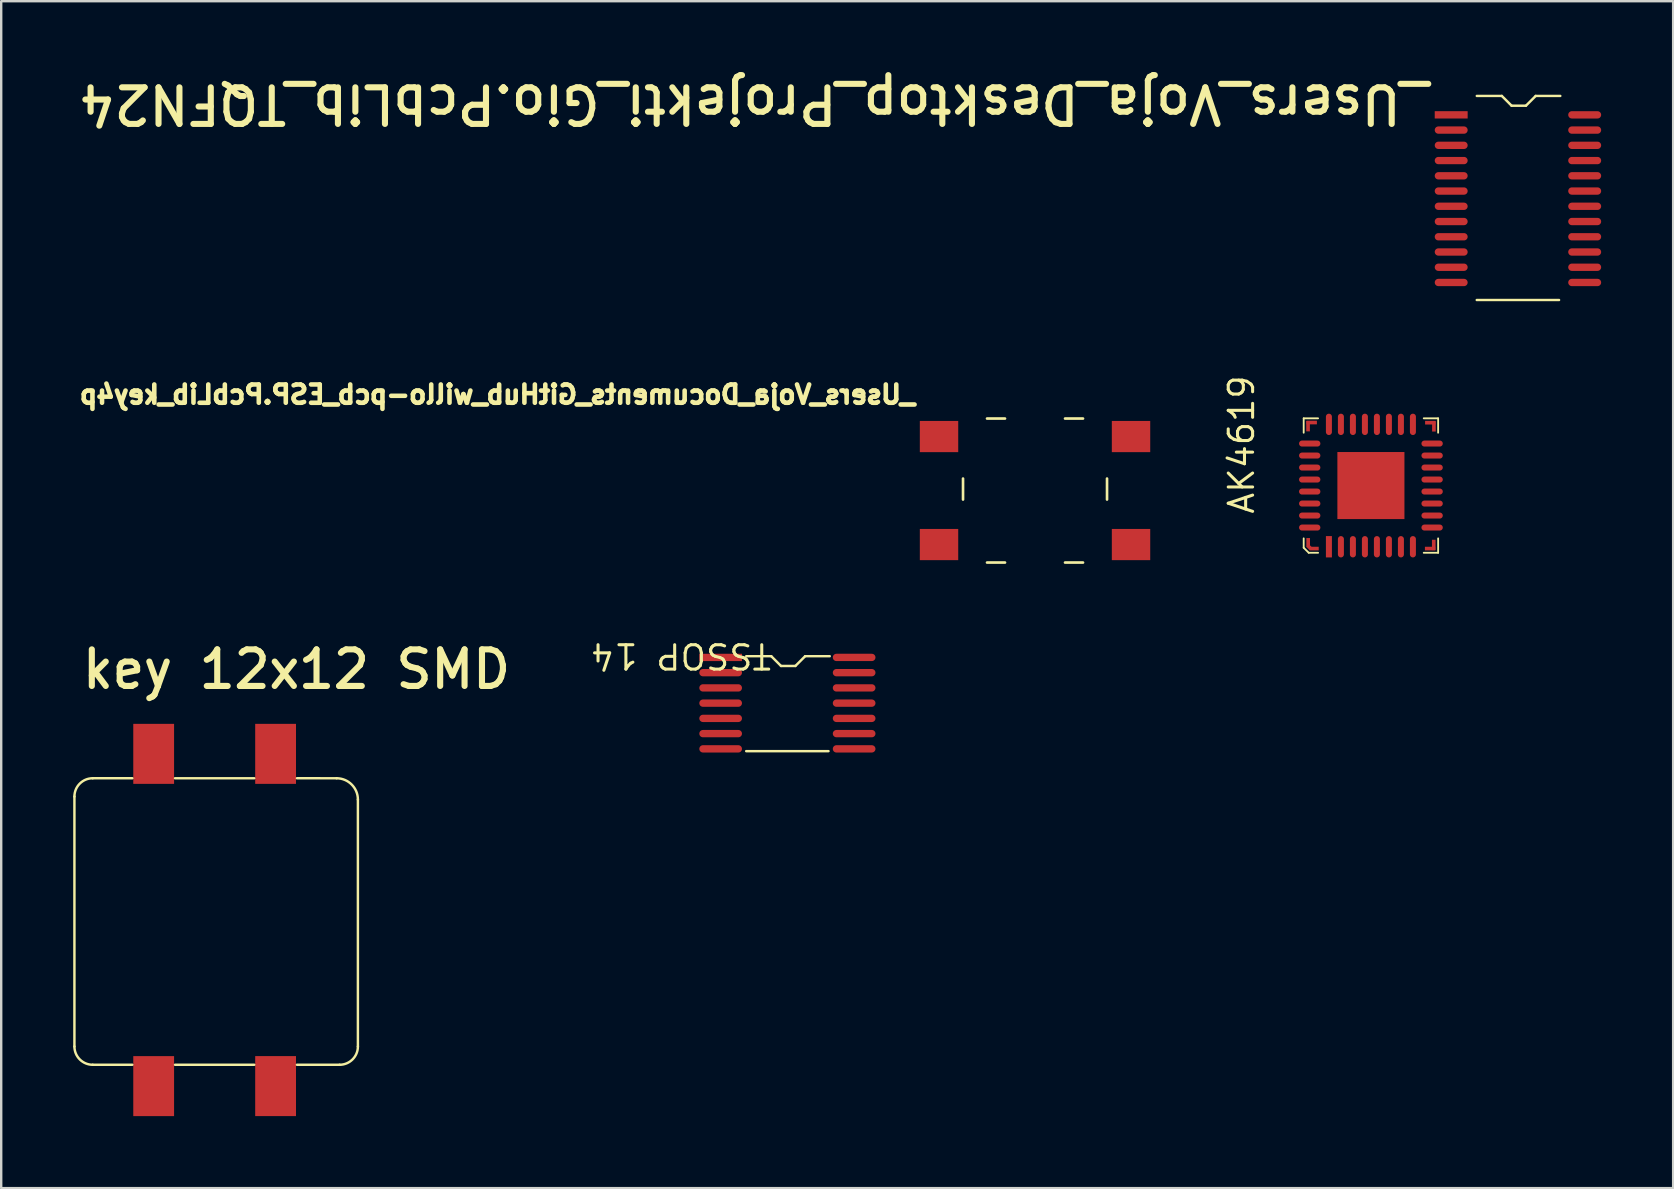
<source format=kicad_pcb>
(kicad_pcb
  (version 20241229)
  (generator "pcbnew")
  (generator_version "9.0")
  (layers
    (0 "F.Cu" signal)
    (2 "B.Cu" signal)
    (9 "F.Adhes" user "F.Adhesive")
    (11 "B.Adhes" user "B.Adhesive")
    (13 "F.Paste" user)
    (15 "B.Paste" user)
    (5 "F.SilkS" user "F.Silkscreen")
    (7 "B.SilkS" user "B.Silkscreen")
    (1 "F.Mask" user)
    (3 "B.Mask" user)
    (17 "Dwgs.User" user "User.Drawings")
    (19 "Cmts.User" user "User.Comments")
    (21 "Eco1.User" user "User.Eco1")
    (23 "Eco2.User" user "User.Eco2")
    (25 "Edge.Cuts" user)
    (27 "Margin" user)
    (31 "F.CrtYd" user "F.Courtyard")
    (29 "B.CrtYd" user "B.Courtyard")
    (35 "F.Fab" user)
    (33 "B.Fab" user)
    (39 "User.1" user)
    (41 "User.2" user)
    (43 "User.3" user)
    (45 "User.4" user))
  (footprint "_Users_Voja_Desktop_Projekti_Gio.PcbLib_TQFN24"
    (layer "F.Cu")
    (at 60.158 5.24)
    (property "Reference" "_Users_Voja_Desktop_Projekti_Gio.PcbLib_TQFN24" (at -3.531 -4.851 180) (unlocked yes) (layer "F.SilkS") (effects (font (size 1.524 1.524) (thickness 0.254)) (justify left bottom)))
    (fp_line (start -1.678 4.21) (end 1.751 4.21) (stroke (width 0.102) (type solid)) (layer "F.SilkS"))
    (fp_line (start -1.676 -4.293) (end -0.634 -4.293) (stroke (width 0.102) (type solid)) (layer "F.SilkS"))
    (fp_line (start -0.634 -4.293) (end -0.227 -3.886) (stroke (width 0.102) (type solid)) (layer "F.SilkS"))
    (fp_line (start -0.227 -3.886) (end 0.372 -3.886) (stroke (width 0.102) (type solid)) (layer "F.SilkS"))
    (fp_line (start 0.372 -3.886) (end 0.778 -4.293) (stroke (width 0.102) (type solid)) (layer "F.SilkS"))
    (fp_line (start 0.778 -4.293) (end 1.803 -4.293) (stroke (width 0.102) (type solid)) (layer "F.SilkS"))
    (pad "+V" smd oval (at 2.819 -3.505 180) (size 1.372 0.305) (layers "F.Cu" "F.Mask" "F.Paste"))
    (pad "0" smd oval (at -2.743 -0.965 180) (size 1.372 0.305) (layers "F.Cu" "F.Mask" "F.Paste"))
    (pad "1" smd oval (at -2.743 -0.33 180) (size 1.372 0.305) (layers "F.Cu" "F.Mask" "F.Paste"))
    (pad "2" smd oval (at -2.743 0.305 180) (size 1.372 0.305) (layers "F.Cu" "F.Mask" "F.Paste"))
    (pad "3" smd oval (at -2.743 0.94 180) (size 1.372 0.305) (layers "F.Cu" "F.Mask" "F.Paste"))
    (pad "4" smd oval (at -2.743 1.575 180) (size 1.372 0.305) (layers "F.Cu" "F.Mask" "F.Paste"))
    (pad "5" smd oval (at -2.743 2.21 180) (size 1.372 0.305) (layers "F.Cu" "F.Mask" "F.Paste"))
    (pad "6" smd oval (at -2.743 2.845 180) (size 1.372 0.305) (layers "F.Cu" "F.Mask" "F.Paste"))
    (pad "7" smd oval (at -2.743 3.48 180) (size 1.372 0.305) (layers "F.Cu" "F.Mask" "F.Paste"))
    (pad "8" smd oval (at 2.819 3.48 180) (size 1.372 0.305) (layers "F.Cu" "F.Mask" "F.Paste"))
    (pad "9" smd oval (at 2.819 2.845 180) (size 1.372 0.305) (layers "F.Cu" "F.Mask" "F.Paste"))
    (pad "10" smd oval (at 2.819 2.21 180) (size 1.372 0.305) (layers "F.Cu" "F.Mask" "F.Paste"))
    (pad "11" smd oval (at 2.819 1.575 180) (size 1.372 0.305) (layers "F.Cu" "F.Mask" "F.Paste"))
    (pad "12" smd oval (at 2.819 0.94 180) (size 1.372 0.305) (layers "F.Cu" "F.Mask" "F.Paste"))
    (pad "13" smd oval (at 2.819 0.305 180) (size 1.372 0.305) (layers "F.Cu" "F.Mask" "F.Paste"))
    (pad "14" smd oval (at 2.819 -0.33 180) (size 1.372 0.305) (layers "F.Cu" "F.Mask" "F.Paste"))
    (pad "15" smd oval (at 2.819 -0.965 180) (size 1.372 0.305) (layers "F.Cu" "F.Mask" "F.Paste"))
    (pad "CLK" smd oval (at -2.743 -2.235 180) (size 1.372 0.305) (layers "F.Cu" "F.Mask" "F.Paste"))
    (pad "GND" smd rect (at -2.743 -3.505 180) (size 1.372 0.305) (layers "F.Cu" "F.Mask" "F.Paste"))
    (pad "LD" smd oval (at -2.743 -1.6 180) (size 1.372 0.305) (layers "F.Cu" "F.Mask" "F.Paste"))
    (pad "OE" smd oval (at 2.819 -1.6 180) (size 1.372 0.305) (layers "F.Cu" "F.Mask" "F.Paste"))
    (pad "REXT" smd oval (at 2.819 -2.87 180) (size 1.372 0.305) (layers "F.Cu" "F.Mask" "F.Paste"))
    (pad "SDI" smd oval (at -2.743 -2.87 180) (size 1.372 0.305) (layers "F.Cu" "F.Mask" "F.Paste"))
    (pad "SDO" smd oval (at 2.819 -2.235 180) (size 1.372 0.305) (layers "F.Cu" "F.Mask" "F.Paste")))
  (footprint "_Users_Voja_Documents_GitHub_willo-pcb_ESP.PcbLib_key4p"
    (layer "F.Cu")
    (at 40.075 17.389)
    (property "Reference" "_Users_Voja_Documents_GitHub_willo-pcb_ESP.PcbLib_key4p" (at -4.894 -3.555 0) (unlocked yes) (layer "F.SilkS") (effects (font (size 0.762 0.762) (thickness 0.191)) (justify left bottom mirror)))
    (fp_line (start -3 0.375) (end -3 -0.5) (stroke (width 0.11) (type solid)) (layer "F.SilkS"))
    (fp_line (start -2 3) (end -1.25 3) (stroke (width 0.11) (type solid)) (layer "F.SilkS"))
    (fp_line (start -1.25 -3) (end -2 -3) (stroke (width 0.11) (type solid)) (layer "F.SilkS"))
    (fp_line (start 2 -3) (end 1.25 -3) (stroke (width 0.11) (type solid)) (layer "F.SilkS"))
    (fp_line (start 2 3) (end 1.25 3) (stroke (width 0.11) (type solid)) (layer "F.SilkS"))
    (fp_line (start 3 0.375) (end 3 -0.5) (stroke (width 0.11) (type solid)) (layer "F.SilkS"))
    (pad "" smd rect (at -4 -2.25) (size 1.6 1.3) (layers "F.Cu" "F.Mask" "F.Paste"))
    (pad "" smd rect (at -4 2.25) (size 1.6 1.3) (layers "F.Cu" "F.Mask" "F.Paste"))
    (pad "" smd rect (at 4 -2.25) (size 1.6 1.3) (layers "F.Cu" "F.Mask" "F.Paste"))
    (pad "" smd rect (at 4 2.25) (size 1.6 1.3) (layers "F.Cu" "F.Mask" "F.Paste")))
  (footprint "key 12x12 SMD"
    (layer "F.Cu")
    (at 5.893 35.282)
    (property "Reference" "key 12x12 SMD" (at -5.647 -9.552 0) (unlocked yes) (layer "F.SilkS") (effects (font (size 1.524 1.524) (thickness 0.254)) (justify left bottom)))
    (fp_line (start -5.842 -5.144) (end -5.842 5.27) (stroke (width 0.102) (type solid)) (layer "F.SilkS"))
    (fp_line (start -5.08 -5.906) (end -3.429 -5.906) (stroke (width 0.102) (type solid)) (layer "F.SilkS"))
    (fp_line (start -5.08 6.032) (end -3.429 6.032) (stroke (width 0.102) (type solid)) (layer "F.SilkS"))
    (fp_line (start -1.651 -5.905) (end 1.651 -5.905) (stroke (width 0.102) (type solid)) (layer "F.SilkS"))
    (fp_line (start -1.651 6.032) (end 1.651 6.032) (stroke (width 0.102) (type solid)) (layer "F.SilkS"))
    (fp_line (start 3.429 6.032) (end 5.207 6.032) (stroke (width 0.102) (type solid)) (layer "F.SilkS"))
    (fp_line (start 3.429 -5.906) (end 5.08 -5.905) (stroke (width 0.102) (type solid)) (layer "F.SilkS"))
    (fp_line (start 5.969 5.271) (end 5.969 -5.017) (stroke (width 0.102) (type solid)) (layer "F.SilkS"))
    (fp_arc (start -5.84199 -5.14352) (mid -5.618805 -5.682335) (end -5.07999 -5.90552) (stroke (width 0.1016) (type solid)) (layer "F.SilkS"))
    (fp_arc (start -5.07999 6.03248) (mid -5.618805 5.809295) (end -5.84199 5.27048) (stroke (width 0.1016) (type solid)) (layer "F.SilkS"))
    (fp_arc (start 5.08002 -5.90551) (mid 5.708638 -5.645128) (end 5.96902 -5.01651) (stroke (width 0.1016) (type solid)) (layer "F.SilkS"))
    (fp_arc (start 5.96899 5.27049) (mid 5.745805 5.809305) (end 5.20699 6.03249) (stroke (width 0.1016) (type solid)) (layer "F.SilkS"))
    (pad "" smd rect (at -2.54 6.922 90) (size 2.5 1.7) (layers "F.Cu" "F.Mask" "F.Paste"))
    (pad "" smd rect (at -2.54 -6.922 90) (size 2.5 1.7) (layers "F.Cu" "F.Mask" "F.Paste"))
    (pad "" smd rect (at 2.54 -6.922 90) (size 2.5 1.7) (layers "F.Cu" "F.Mask" "F.Paste"))
    (pad "" smd rect (at 2.54 6.921 90) (size 2.5 1.7) (layers "F.Cu" "F.Mask" "F.Paste")))
  (footprint "AK4619"
    (layer "F.Cu")
    (at 52.32 19.731)
    (property "Reference" "AK4619" (at -3.048 -1.295 90) (unlocked yes) (layer "F.SilkS") (effects (font (size 1.016 1.016) (thickness 0.127)) (justify left bottom)))
    (fp_line (start -1.051 -5.351) (end -1.051 -4.751) (stroke (width 0.076) (type solid)) (layer "F.SilkS"))
    (fp_line (start -1.051 -5.351) (end -0.451 -5.351) (stroke (width 0.076) (type solid)) (layer "F.SilkS"))
    (fp_line (start -1.051 -0.349) (end -1.051 0.041) (stroke (width 0.076) (type solid)) (layer "F.SilkS"))
    (fp_line (start -1.051 0.041) (end -0.841 0.251) (stroke (width 0.076) (type solid)) (layer "F.SilkS"))
    (fp_line (start -0.841 0.251) (end -0.451 0.251) (stroke (width 0.076) (type solid)) (layer "F.SilkS"))
    (fp_line (start 3.951 0.251) (end 4.551 0.251) (stroke (width 0.076) (type solid)) (layer "F.SilkS"))
    (fp_line (start 3.951 -5.351) (end 4.551 -5.351) (stroke (width 0.076) (type solid)) (layer "F.SilkS"))
    (fp_line (start 4.551 -0.349) (end 4.551 0.251) (stroke (width 0.076) (type solid)) (layer "F.SilkS"))
    (fp_line (start 4.551 -5.351) (end 4.551 -4.751) (stroke (width 0.076) (type solid)) (layer "F.SilkS"))
    (pad "" smd rect (at 1.75 -2.55 180) (size 2.794 2.794) (layers "F.Cu" "F.Mask" "F.Paste"))
    (pad "0" smd rect (at -0.869 -5.024 270) (size 0.432 0.152) (layers "F.Cu" "F.Mask" "F.Paste"))
    (pad "0" smd rect (at -0.864 -0.178 90) (size 0.371 0.152) (layers "F.Cu" "F.Mask" "F.Paste"))
    (pad "0" smd rect (at -0.813 0.025 315) (size 0.198 0.152) (layers "F.Cu" "F.Mask" "F.Paste"))
    (pad "0" smd rect (at -0.716 -5.176) (size 0.432 0.152) (layers "F.Cu" "F.Mask" "F.Paste"))
    (pad "0" smd rect (at -0.61 0.076) (size 0.371 0.152) (layers "F.Cu" "F.Mask" "F.Paste"))
    (pad "0" smd rect (at 4.216 0.076 180) (size 0.432 0.152) (layers "F.Cu" "F.Mask" "F.Paste"))
    (pad "0" smd rect (at 4.224 -5.169 180) (size 0.432 0.152) (layers "F.Cu" "F.Mask" "F.Paste"))
    (pad "0" smd rect (at 4.369 -0.076 90) (size 0.432 0.152) (layers "F.Cu" "F.Mask" "F.Paste"))
    (pad "0" smd rect (at 4.376 -5.016 270) (size 0.432 0.152) (layers "F.Cu" "F.Mask" "F.Paste"))
    (pad "AOUT1L" smd oval (at 1 -5.1 180) (size 0.25 0.889) (layers "F.Cu" "F.Mask" "F.Paste"))
    (pad "AOUT2L" smd oval (at 0.00001 -5.1 180) (size 0.25 0.889) (layers "F.Cu" "F.Mask" "F.Paste"))
    (pad "AOUT2R" smd oval (at -0.8 -4.3 270) (size 0.25 0.889) (layers "F.Cu" "F.Mask" "F.Paste"))
    (pad "AOUT2R" smd oval (at 0.5 -5.1 180) (size 0.25 0.889) (layers "F.Cu" "F.Mask" "F.Paste"))
    (pad "AVDD" smd oval (at 3 -5.1 180) (size 0.25 0.889) (layers "F.Cu" "F.Mask" "F.Paste"))
    (pad "AVDRV" smd oval (at 2 0 180) (size 0.25 0.889) (layers "F.Cu" "F.Mask" "F.Paste"))
    (pad "BICK" smd oval (at 3 0 180) (size 0.25 0.889) (layers "F.Cu" "F.Mask" "F.Paste"))
    (pad "CAD/CSN" smd oval (at -0.8 -3.3 270) (size 0.25 0.889) (layers "F.Cu" "F.Mask" "F.Paste"))
    (pad "IN1N/AIN2L/GND3L" smd oval (at 4.3 -3.8 270) (size 0.25 0.889) (layers "F.Cu" "F.Mask" "F.Paste"))
    (pad "IN1P/AIN1L/AIN3L" smd oval (at 4.3 -4.3 270) (size 0.25 0.889) (layers "F.Cu" "F.Mask" "F.Paste"))
    (pad "IN2N/AIN2R/GDN3R" smd oval (at 4.3 -2.8 270) (size 0.25 0.889) (layers "F.Cu" "F.Mask" "F.Paste"))
    (pad "IN2P/AIN1R/AIN3R" smd oval (at 4.3 -3.3 270) (size 0.25 0.889) (layers "F.Cu" "F.Mask" "F.Paste"))
    (pad "IN3N/AIN5L/GND6L" smd oval (at 4.3 -1.8 270) (size 0.25 0.889) (layers "F.Cu" "F.Mask" "F.Paste"))
    (pad "IN3P/AIN4L/AIN6L" smd oval (at 4.3 -2.3 270) (size 0.25 0.889) (layers "F.Cu" "F.Mask" "F.Paste"))
    (pad "IN4N/AIN5R/GND6R" smd oval (at 4.3 -0.8 270) (size 0.25 0.889) (layers "F.Cu" "F.Mask" "F.Paste"))
    (pad "IN4P/AIN4L/AIN6R" smd oval (at 4.3 -1.3 270) (size 0.25 0.889) (layers "F.Cu" "F.Mask" "F.Paste"))
    (pad "LRCK" smd oval (at 2.5 0 180) (size 0.25 0.889) (layers "F.Cu" "F.Mask" "F.Paste"))
    (pad "MCLK" smd oval (at 3.5 0 180) (size 0.25 0.889) (layers "F.Cu" "F.Mask" "F.Paste"))
    (pad "PDN" smd oval (at -0.8 -3.8 270) (size 0.25 0.889) (layers "F.Cu" "F.Mask" "F.Paste"))
    (pad "SCL/SCLK" smd oval (at -0.8 -2.8 270) (size 0.25 0.889) (layers "F.Cu" "F.Mask" "F.Paste"))
    (pad "SDA/SO" smd oval (at -0.8 -1.8 270) (size 0.25 0.889) (layers "F.Cu" "F.Mask" "F.Paste"))
    (pad "SDIN1" smd rect (at 0.00001 0 180) (size 0.25 0.889) (layers "F.Cu" "F.Mask" "F.Paste"))
    (pad "SDIN2" smd oval (at 0.5 0 180) (size 0.25 0.889) (layers "F.Cu" "F.Mask" "F.Paste"))
    (pad "SDOUT1" smd oval (at -0.8 -1.3 270) (size 0.25 0.889) (layers "F.Cu" "F.Mask" "F.Paste"))
    (pad "SDOUT2" smd oval (at -0.8 -0.8 270) (size 0.25 0.889) (layers "F.Cu" "F.Mask" "F.Paste"))
    (pad "SI" smd oval (at -0.8 -2.3 270) (size 0.25 0.889) (layers "F.Cu" "F.Mask" "F.Paste"))
    (pad "TVDD" smd oval (at 1 0 180) (size 0.25 0.889) (layers "F.Cu" "F.Mask" "F.Paste"))
    (pad "VCOM" smd oval (at 3.5 -5.1 180) (size 0.25 0.889) (layers "F.Cu" "F.Mask" "F.Paste"))
    (pad "VREFH" smd oval (at 1.5 -5.1 180) (size 0.25 0.889) (layers "F.Cu" "F.Mask" "F.Paste"))
    (pad "VREFL" smd oval (at 2 -5.1 180) (size 0.25 0.889) (layers "F.Cu" "F.Mask" "F.Paste"))
    (pad "VSS1" smd oval (at 2.5 -5.1 180) (size 0.25 0.889) (layers "F.Cu" "F.Mask" "F.Paste"))
    (pad "VSS2" smd oval (at 1.5 0 180) (size 0.25 0.889) (layers "F.Cu" "F.Mask" "F.Paste")))
  (footprint "TSSOP 14"
    (layer "F.Cu")
    (at 29.795 26.247)
    (property "Reference" "TSSOP 14" (at -0.635 -2.565 180) (unlocked yes) (layer "F.SilkS") (effects (font (size 1.016 1.016) (thickness 0.127)) (justify left bottom)))
    (fp_line (start -0.71 -1.956) (end -1.753 -1.956) (stroke (width 0.102) (type solid)) (layer "F.SilkS"))
    (fp_line (start -0.303 -1.549) (end -0.71 -1.956) (stroke (width 0.102) (type solid)) (layer "F.SilkS"))
    (fp_line (start 0.295 -1.549) (end -0.303 -1.549) (stroke (width 0.102) (type solid)) (layer "F.SilkS"))
    (fp_line (start 0.702 -1.956) (end 0.295 -1.549) (stroke (width 0.102) (type solid)) (layer "F.SilkS"))
    (fp_line (start 1.675 2) (end -1.754 2) (stroke (width 0.102) (type solid)) (layer "F.SilkS"))
    (fp_line (start 1.727 -1.956) (end 0.702 -1.956) (stroke (width 0.102) (type solid)) (layer "F.SilkS"))
    (pad "+IN" smd oval (at -2.819 -0.635 180) (size 1.778 0.305) (layers "F.Cu" "F.Mask" "F.Paste"))
    (pad "+IN" smd oval (at -2.819 0.635 180) (size 1.778 0.305) (layers "F.Cu" "F.Mask" "F.Paste"))
    (pad "+IN" smd oval (at 2.743 -0.635 180) (size 1.778 0.305) (layers "F.Cu" "F.Mask" "F.Paste"))
    (pad "+IN" smd oval (at 2.743 0.635 180) (size 1.778 0.305) (layers "F.Cu" "F.Mask" "F.Paste"))
    (pad "+V" smd oval (at -2.819 0 180) (size 1.778 0.305) (layers "F.Cu" "F.Mask" "F.Paste"))
    (pad "-IN" smd oval (at -2.819 -1.27 180) (size 1.778 0.305) (layers "F.Cu" "F.Mask" "F.Paste"))
    (pad "-IN" smd oval (at -2.819 1.27 180) (size 1.778 0.305) (layers "F.Cu" "F.Mask" "F.Paste"))
    (pad "-IN" smd oval (at 2.743 -1.27 180) (size 1.778 0.305) (layers "F.Cu" "F.Mask" "F.Paste"))
    (pad "-IN" smd oval (at 2.743 1.27 180) (size 1.778 0.305) (layers "F.Cu" "F.Mask" "F.Paste"))
    (pad "GND" smd oval (at 2.743 0 180) (size 1.778 0.305) (layers "F.Cu" "F.Mask" "F.Paste"))
    (pad "OUT" smd rect (at -2.819 -1.905 180) (size 1.778 0.305) (layers "F.Cu" "F.Mask" "F.Paste"))
    (pad "OUT" smd oval (at -2.819 1.905 180) (size 1.778 0.305) (layers "F.Cu" "F.Mask" "F.Paste"))
    (pad "OUT" smd oval (at 2.743 -1.905 180) (size 1.778 0.305) (layers "F.Cu" "F.Mask" "F.Paste"))
    (pad "OUT" smd oval (at 2.743 1.905 180) (size 1.778 0.305) (layers "F.Cu" "F.Mask" "F.Paste")))
  (gr_rect
    (start -3 -3)
    (end 66.663 46.454)
    (stroke (width 0.1) (type default))
    (fill no)
    (layer "Edge.Cuts")))
</source>
